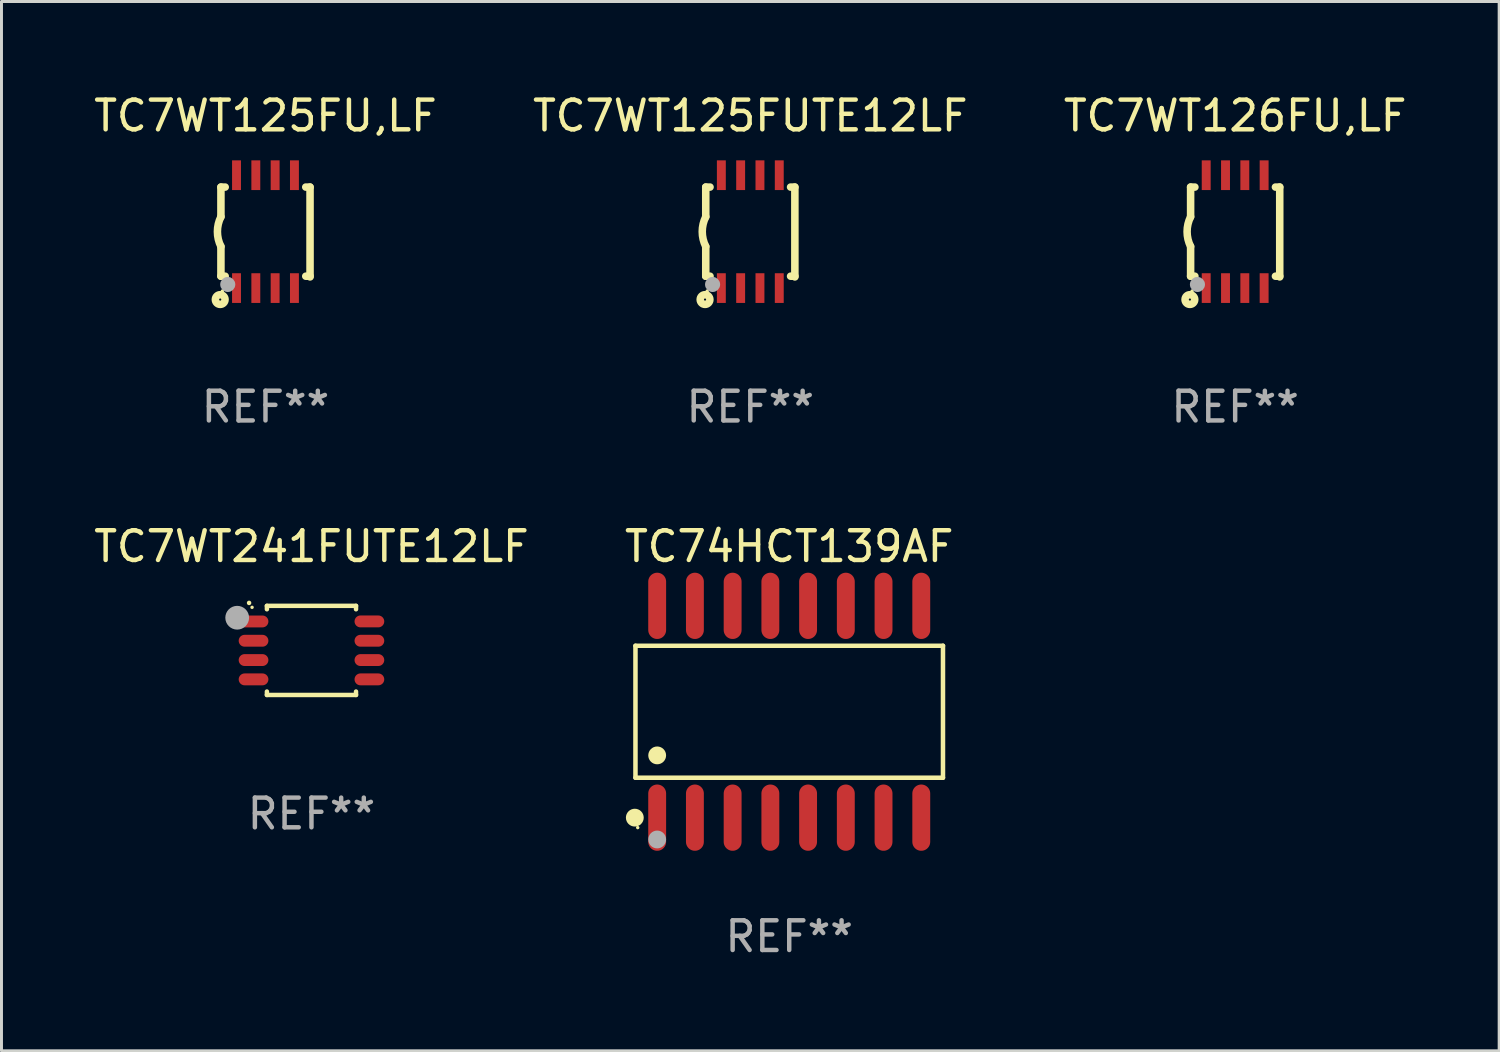
<source format=kicad_pcb>
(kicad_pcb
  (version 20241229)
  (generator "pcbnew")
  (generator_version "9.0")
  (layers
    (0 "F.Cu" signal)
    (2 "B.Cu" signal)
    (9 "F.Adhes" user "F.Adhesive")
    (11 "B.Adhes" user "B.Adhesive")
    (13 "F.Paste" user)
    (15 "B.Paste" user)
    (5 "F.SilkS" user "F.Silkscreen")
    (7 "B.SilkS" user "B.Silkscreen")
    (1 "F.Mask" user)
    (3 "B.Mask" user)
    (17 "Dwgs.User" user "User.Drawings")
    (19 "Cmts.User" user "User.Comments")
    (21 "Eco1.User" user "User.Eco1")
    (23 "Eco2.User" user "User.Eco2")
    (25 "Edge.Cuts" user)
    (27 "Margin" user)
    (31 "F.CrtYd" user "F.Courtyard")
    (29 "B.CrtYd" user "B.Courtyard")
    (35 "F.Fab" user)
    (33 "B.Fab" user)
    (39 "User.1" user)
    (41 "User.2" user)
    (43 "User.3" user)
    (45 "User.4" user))
  (footprint "TC74HCT139AF"
    (layer "F.Cu")
    (at 23.518 20.91)
    (property "Reference" "TC74HCT139AF" (at 0 -5.565 0) (layer "F.SilkS") (effects (font (size 1 1) (thickness 0.15))))
    (attr through_hole)
    (fp_line (start -5.176 -2.221) (end 5.176 -2.221) (stroke (width 0.152) (type solid)) (layer "F.SilkS"))
    (fp_line (start -5.176 2.221) (end -5.176 -2.221) (stroke (width 0.152) (type solid)) (layer "F.SilkS"))
    (fp_line (start 5.176 -2.221) (end 5.176 2.221) (stroke (width 0.152) (type solid)) (layer "F.SilkS"))
    (fp_line (start 5.176 2.221) (end -5.176 2.221) (stroke (width 0.152) (type solid)) (layer "F.SilkS"))
    (fp_circle (center -5.198 3.565) (end -5.048 3.565) (stroke (width 0.3) (type solid)) (fill no) (layer "F.SilkS"))
    (fp_circle (center -5.1 3.9) (end -5.07 3.9) (stroke (width 0.06) (type solid)) (fill no) (layer "F.SilkS"))
    (fp_circle (center -4.445 1.469) (end -4.295 1.469) (stroke (width 0.3) (type solid)) (fill no) (layer "F.SilkS"))
    (fp_circle (center -4.445 4.3) (end -4.295 4.3) (stroke (width 0.3) (type solid)) (fill no) (layer "F.Fab"))
    (fp_text user "REF**" (at 0 7.565 0) (layer "F.Fab") (effects (font (size 1 1) (thickness 0.15))))
    (pad "1" smd oval (at -4.445 3.565) (size 0.602 2.231) (layers "F.Cu" "F.Mask" "F.Paste"))
    (pad "2" smd oval (at -3.175 3.565) (size 0.602 2.231) (layers "F.Cu" "F.Mask" "F.Paste"))
    (pad "3" smd oval (at -1.905 3.565) (size 0.602 2.231) (layers "F.Cu" "F.Mask" "F.Paste"))
    (pad "4" smd oval (at -0.635 3.565) (size 0.602 2.231) (layers "F.Cu" "F.Mask" "F.Paste"))
    (pad "5" smd oval (at 0.635 3.565) (size 0.602 2.231) (layers "F.Cu" "F.Mask" "F.Paste"))
    (pad "6" smd oval (at 1.905 3.565) (size 0.602 2.231) (layers "F.Cu" "F.Mask" "F.Paste"))
    (pad "7" smd oval (at 3.175 3.565) (size 0.602 2.231) (layers "F.Cu" "F.Mask" "F.Paste"))
    (pad "8" smd oval (at 4.445 3.565) (size 0.602 2.231) (layers "F.Cu" "F.Mask" "F.Paste"))
    (pad "9" smd oval (at 4.445 -3.565) (size 0.602 2.231) (layers "F.Cu" "F.Mask" "F.Paste"))
    (pad "10" smd oval (at 3.175 -3.565) (size 0.602 2.231) (layers "F.Cu" "F.Mask" "F.Paste"))
    (pad "11" smd oval (at 1.905 -3.565) (size 0.602 2.231) (layers "F.Cu" "F.Mask" "F.Paste"))
    (pad "12" smd oval (at 0.635 -3.565) (size 0.602 2.231) (layers "F.Cu" "F.Mask" "F.Paste"))
    (pad "13" smd oval (at -0.635 -3.565) (size 0.602 2.231) (layers "F.Cu" "F.Mask" "F.Paste"))
    (pad "14" smd oval (at -1.905 -3.565) (size 0.602 2.231) (layers "F.Cu" "F.Mask" "F.Paste"))
    (pad "15" smd oval (at -3.175 -3.565) (size 0.602 2.231) (layers "F.Cu" "F.Mask" "F.Paste"))
    (pad "16" smd oval (at -4.445 -3.565) (size 0.602 2.231) (layers "F.Cu" "F.Mask" "F.Paste")))
  (footprint "TC7WT241FUTE12LF"
    (layer "F.Cu")
    (at 7.435 18.845)
    (property "Reference" "TC7WT241FUTE12LF" (at 0 -3.5 0) (layer "F.SilkS") (effects (font (size 1 1) (thickness 0.15))))
    (attr through_hole)
    (fp_line (start -1.5 -1.5) (end 1.5 -1.5) (stroke (width 0.15) (type solid)) (layer "F.SilkS"))
    (fp_line (start -1.5 -1.385) (end -1.5 -1.5) (stroke (width 0.15) (type solid)) (layer "F.SilkS"))
    (fp_line (start -1.5 1.5) (end -1.5 1.385) (stroke (width 0.15) (type solid)) (layer "F.SilkS"))
    (fp_line (start 1.5 -1.5) (end 1.5 -1.385) (stroke (width 0.15) (type solid)) (layer "F.SilkS"))
    (fp_line (start 1.5 1.385) (end 1.5 1.5) (stroke (width 0.15) (type solid)) (layer "F.SilkS"))
    (fp_line (start 1.5 1.5) (end -1.5 1.5) (stroke (width 0.15) (type solid)) (layer "F.SilkS"))
    (fp_arc (start -2.099873 -1.59746) (mid -2.099879 -1.59873) (end -2.099873 -1.6) (stroke (width 0.150013) (type solid)) (layer "F.SilkS"))
    (fp_circle (center -2 -1.45) (end -1.97 -1.45) (stroke (width 0.06) (type solid)) (fill no) (layer "F.SilkS"))
    (fp_circle (center -2.5 -1.1) (end -2.3 -1.1) (stroke (width 0.4) (type solid)) (fill no) (layer "F.Fab"))
    (fp_text user "REF**" (at 0 5.5 0) (layer "F.Fab") (effects (font (size 1 1) (thickness 0.15))))
    (pad "1" smd oval (at -1.95 -0.975) (size 1 0.4) (layers "F.Cu" "F.Mask" "F.Paste"))
    (pad "2" smd oval (at -1.95 -0.325) (size 1 0.4) (layers "F.Cu" "F.Mask" "F.Paste"))
    (pad "3" smd oval (at -1.95 0.325) (size 1 0.4) (layers "F.Cu" "F.Mask" "F.Paste"))
    (pad "4" smd oval (at -1.95 0.975) (size 1 0.4) (layers "F.Cu" "F.Mask" "F.Paste"))
    (pad "5" smd oval (at 1.95 0.975) (size 1 0.4) (layers "F.Cu" "F.Mask" "F.Paste"))
    (pad "6" smd oval (at 1.95 0.325) (size 1 0.4) (layers "F.Cu" "F.Mask" "F.Paste"))
    (pad "7" smd oval (at 1.95 -0.325) (size 1 0.4) (layers "F.Cu" "F.Mask" "F.Paste"))
    (pad "8" smd oval (at 1.95 -0.976) (size 1 0.4) (layers "F.Cu" "F.Mask" "F.Paste")))
  (footprint "TC7WT126FU,LF"
    (layer "F.Cu")
    (at 38.53 4.748)
    (property "Reference" "TC7WT126FU,LF" (at 0 -3.9 0) (layer "F.SilkS") (effects (font (size 1 1) (thickness 0.15))))
    (attr through_hole)
    (fp_line (start -1.5 -1.5) (end -1.5 -0.5) (stroke (width 0.254) (type solid)) (layer "F.SilkS"))
    (fp_line (start -1.5 -1.5) (end -1.356 -1.5) (stroke (width 0.254) (type solid)) (layer "F.SilkS"))
    (fp_line (start -1.5 1.5) (end -1.5 0.5) (stroke (width 0.254) (type solid)) (layer "F.SilkS"))
    (fp_line (start -1.5 1.5) (end -1.356 1.5) (stroke (width 0.254) (type solid)) (layer "F.SilkS"))
    (fp_line (start 1.356 -1.5) (end 1.5 -1.5) (stroke (width 0.254) (type solid)) (layer "F.SilkS"))
    (fp_line (start 1.356 1.5) (end 1.5 1.5) (stroke (width 0.254) (type solid)) (layer "F.SilkS"))
    (fp_line (start 1.5 -1.5) (end 1.5 1.524) (stroke (width 0.254) (type solid)) (layer "F.SilkS"))
    (fp_arc (start -1.500203 0.499111) (mid -1.618067 -0.000494) (end -1.5 -0.500051) (stroke (width 0.254001) (type solid)) (layer "F.SilkS"))
    (fp_circle (center -1.524 2.286) (end -1.488 2.286) (stroke (width 0.254) (type solid)) (fill no) (layer "F.SilkS"))
    (fp_circle (center -1.45 2) (end -1.42 2) (stroke (width 0.06) (type solid)) (fill no) (layer "F.SilkS"))
    (fp_circle (center -1.27 1.778) (end -1.143 1.778) (stroke (width 0.254) (type solid)) (fill no) (layer "F.Fab"))
    (fp_text user "REF**" (at 0 5.9 0) (layer "F.Fab") (effects (font (size 1 1) (thickness 0.15))))
    (pad "1" smd rect (at -0.975 1.9) (size 0.3 1) (layers "F.Cu" "F.Mask" "F.Paste"))
    (pad "2" smd rect (at -0.325 1.9) (size 0.3 1) (layers "F.Cu" "F.Mask" "F.Paste"))
    (pad "3" smd rect (at 0.325 1.9) (size 0.3 1) (layers "F.Cu" "F.Mask" "F.Paste"))
    (pad "4" smd rect (at 0.975 1.9) (size 0.3 1) (layers "F.Cu" "F.Mask" "F.Paste"))
    (pad "5" smd rect (at 0.975 -1.9) (size 0.3 1) (layers "F.Cu" "F.Mask" "F.Paste"))
    (pad "6" smd rect (at 0.325 -1.9) (size 0.3 1) (layers "F.Cu" "F.Mask" "F.Paste"))
    (pad "7" smd rect (at -0.325 -1.9) (size 0.3 1) (layers "F.Cu" "F.Mask" "F.Paste"))
    (pad "8" smd rect (at -0.975 -1.9) (size 0.3 1) (layers "F.Cu" "F.Mask" "F.Paste")))
  (footprint "TC7WT125FUTE12LF"
    (layer "F.Cu")
    (at 22.208 4.748)
    (property "Reference" "TC7WT125FUTE12LF" (at 0 -3.9 0) (layer "F.SilkS") (effects (font (size 1 1) (thickness 0.15))))
    (attr through_hole)
    (fp_line (start -1.5 -1.5) (end -1.5 -0.5) (stroke (width 0.254) (type solid)) (layer "F.SilkS"))
    (fp_line (start -1.5 -1.5) (end -1.356 -1.5) (stroke (width 0.254) (type solid)) (layer "F.SilkS"))
    (fp_line (start -1.5 1.5) (end -1.5 0.5) (stroke (width 0.254) (type solid)) (layer "F.SilkS"))
    (fp_line (start -1.5 1.5) (end -1.356 1.5) (stroke (width 0.254) (type solid)) (layer "F.SilkS"))
    (fp_line (start 1.356 -1.5) (end 1.5 -1.5) (stroke (width 0.254) (type solid)) (layer "F.SilkS"))
    (fp_line (start 1.356 1.5) (end 1.5 1.5) (stroke (width 0.254) (type solid)) (layer "F.SilkS"))
    (fp_line (start 1.5 -1.5) (end 1.5 1.524) (stroke (width 0.254) (type solid)) (layer "F.SilkS"))
    (fp_arc (start -1.500203 0.499111) (mid -1.618067 -0.000494) (end -1.5 -0.500051) (stroke (width 0.254001) (type solid)) (layer "F.SilkS"))
    (fp_circle (center -1.524 2.286) (end -1.488 2.286) (stroke (width 0.254) (type solid)) (fill no) (layer "F.SilkS"))
    (fp_circle (center -1.45 2) (end -1.42 2) (stroke (width 0.06) (type solid)) (fill no) (layer "F.SilkS"))
    (fp_circle (center -1.27 1.778) (end -1.143 1.778) (stroke (width 0.254) (type solid)) (fill no) (layer "F.Fab"))
    (fp_text user "REF**" (at 0 5.9 0) (layer "F.Fab") (effects (font (size 1 1) (thickness 0.15))))
    (pad "1" smd rect (at -0.975 1.9) (size 0.3 1) (layers "F.Cu" "F.Mask" "F.Paste"))
    (pad "2" smd rect (at -0.325 1.9) (size 0.3 1) (layers "F.Cu" "F.Mask" "F.Paste"))
    (pad "3" smd rect (at 0.325 1.9) (size 0.3 1) (layers "F.Cu" "F.Mask" "F.Paste"))
    (pad "4" smd rect (at 0.975 1.9) (size 0.3 1) (layers "F.Cu" "F.Mask" "F.Paste"))
    (pad "5" smd rect (at 0.975 -1.9) (size 0.3 1) (layers "F.Cu" "F.Mask" "F.Paste"))
    (pad "6" smd rect (at 0.325 -1.9) (size 0.3 1) (layers "F.Cu" "F.Mask" "F.Paste"))
    (pad "7" smd rect (at -0.325 -1.9) (size 0.3 1) (layers "F.Cu" "F.Mask" "F.Paste"))
    (pad "8" smd rect (at -0.975 -1.9) (size 0.3 1) (layers "F.Cu" "F.Mask" "F.Paste")))
  (footprint "TC7WT125FU,LF"
    (layer "F.Cu")
    (at 5.887 4.748)
    (property "Reference" "TC7WT125FU,LF" (at 0 -3.9 0) (layer "F.SilkS") (effects (font (size 1 1) (thickness 0.15))))
    (attr through_hole)
    (fp_line (start -1.5 -1.5) (end -1.5 -0.5) (stroke (width 0.254) (type solid)) (layer "F.SilkS"))
    (fp_line (start -1.5 -1.5) (end -1.356 -1.5) (stroke (width 0.254) (type solid)) (layer "F.SilkS"))
    (fp_line (start -1.5 1.5) (end -1.5 0.5) (stroke (width 0.254) (type solid)) (layer "F.SilkS"))
    (fp_line (start -1.5 1.5) (end -1.356 1.5) (stroke (width 0.254) (type solid)) (layer "F.SilkS"))
    (fp_line (start 1.356 -1.5) (end 1.5 -1.5) (stroke (width 0.254) (type solid)) (layer "F.SilkS"))
    (fp_line (start 1.356 1.5) (end 1.5 1.5) (stroke (width 0.254) (type solid)) (layer "F.SilkS"))
    (fp_line (start 1.5 -1.5) (end 1.5 1.524) (stroke (width 0.254) (type solid)) (layer "F.SilkS"))
    (fp_arc (start -1.500203 0.499111) (mid -1.618067 -0.000494) (end -1.5 -0.500051) (stroke (width 0.254001) (type solid)) (layer "F.SilkS"))
    (fp_circle (center -1.524 2.286) (end -1.488 2.286) (stroke (width 0.254) (type solid)) (fill no) (layer "F.SilkS"))
    (fp_circle (center -1.45 2) (end -1.42 2) (stroke (width 0.06) (type solid)) (fill no) (layer "F.SilkS"))
    (fp_circle (center -1.27 1.778) (end -1.143 1.778) (stroke (width 0.254) (type solid)) (fill no) (layer "F.Fab"))
    (fp_text user "REF**" (at 0 5.9 0) (layer "F.Fab") (effects (font (size 1 1) (thickness 0.15))))
    (pad "1" smd rect (at -0.975 1.9) (size 0.3 1) (layers "F.Cu" "F.Mask" "F.Paste"))
    (pad "2" smd rect (at -0.325 1.9) (size 0.3 1) (layers "F.Cu" "F.Mask" "F.Paste"))
    (pad "3" smd rect (at 0.325 1.9) (size 0.3 1) (layers "F.Cu" "F.Mask" "F.Paste"))
    (pad "4" smd rect (at 0.975 1.9) (size 0.3 1) (layers "F.Cu" "F.Mask" "F.Paste"))
    (pad "5" smd rect (at 0.975 -1.9) (size 0.3 1) (layers "F.Cu" "F.Mask" "F.Paste"))
    (pad "6" smd rect (at 0.325 -1.9) (size 0.3 1) (layers "F.Cu" "F.Mask" "F.Paste"))
    (pad "7" smd rect (at -0.325 -1.9) (size 0.3 1) (layers "F.Cu" "F.Mask" "F.Paste"))
    (pad "8" smd rect (at -0.975 -1.9) (size 0.3 1) (layers "F.Cu" "F.Mask" "F.Paste")))
  (gr_rect
    (start -3 -3)
    (end 47.417 32.324)
    (stroke (width 0.1) (type default))
    (fill no)
    (layer "Edge.Cuts")))
</source>
